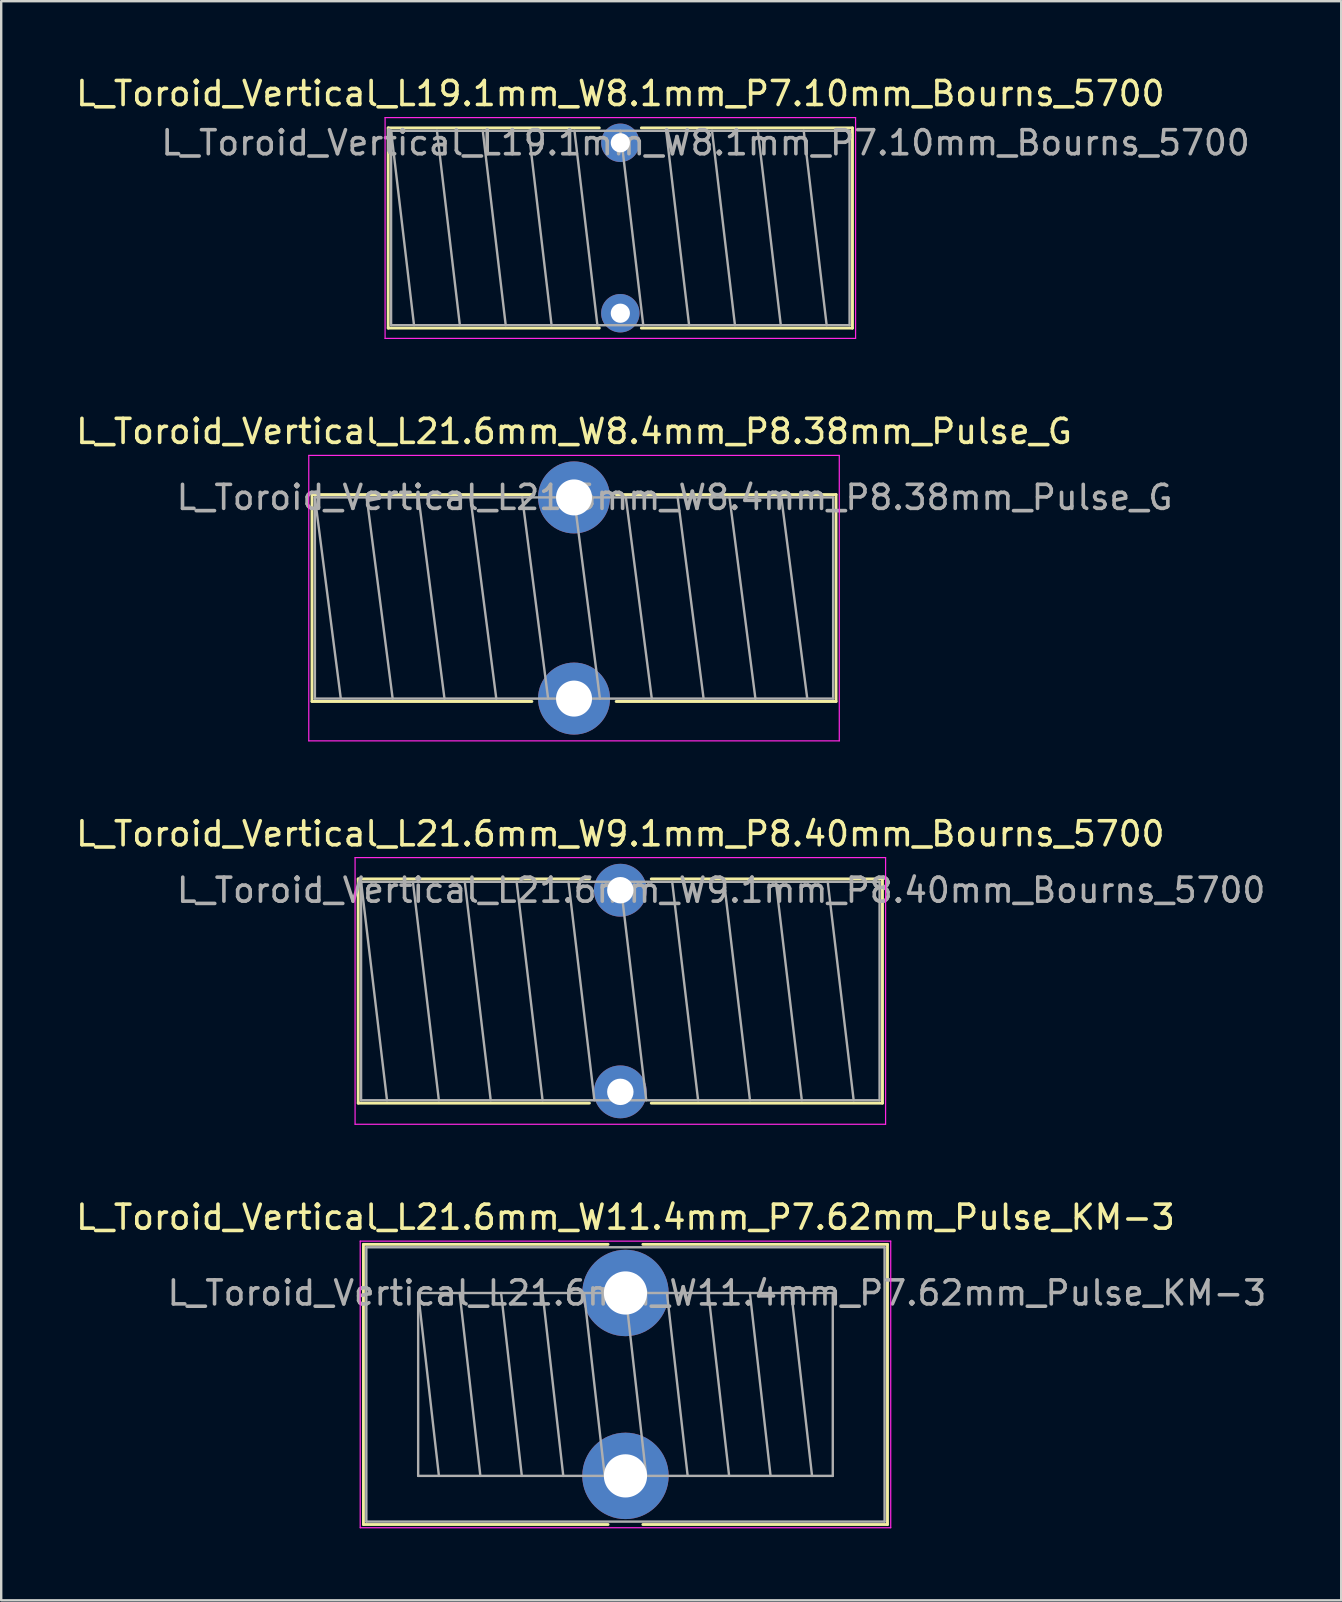
<source format=kicad_pcb>
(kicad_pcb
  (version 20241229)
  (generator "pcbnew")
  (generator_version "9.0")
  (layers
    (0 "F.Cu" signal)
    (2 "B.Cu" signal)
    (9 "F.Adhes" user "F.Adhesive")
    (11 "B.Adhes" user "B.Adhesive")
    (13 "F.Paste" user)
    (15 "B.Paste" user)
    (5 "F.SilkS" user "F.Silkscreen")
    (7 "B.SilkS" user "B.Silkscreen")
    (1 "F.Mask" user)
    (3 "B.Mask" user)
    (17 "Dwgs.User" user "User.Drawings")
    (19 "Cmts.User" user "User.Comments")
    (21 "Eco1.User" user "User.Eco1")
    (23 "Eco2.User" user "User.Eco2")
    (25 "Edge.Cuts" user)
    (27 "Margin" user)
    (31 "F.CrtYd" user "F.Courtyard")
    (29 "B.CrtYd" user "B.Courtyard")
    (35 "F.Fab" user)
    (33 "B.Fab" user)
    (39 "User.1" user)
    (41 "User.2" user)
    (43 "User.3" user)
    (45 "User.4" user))
  (footprint "L_Toroid_Vertical_L21.6mm_W9.1mm_P8.40mm_Bourns_5700"
    (layer "F.Cu")
    (at 22.792 34.035)
    (property "Reference" "L_Toroid_Vertical_L21.6mm_W9.1mm_P8.40mm_Bourns_5700" (at 0 -2.35 0) (layer "F.SilkS") (effects (font (size 1 1) (thickness 0.15))))
    (attr through_hole)
    (fp_line (start -10.92 -0.47) (end -10.92 8.87) (stroke (width 0.12) (type solid)) (layer "F.SilkS"))
    (fp_line (start -10.92 -0.47) (end -1.288 -0.47) (stroke (width 0.12) (type solid)) (layer "F.SilkS"))
    (fp_line (start -10.92 8.87) (end -1.288 8.87) (stroke (width 0.12) (type solid)) (layer "F.SilkS"))
    (fp_line (start 1.288 -0.47) (end 10.92 -0.47) (stroke (width 0.12) (type solid)) (layer "F.SilkS"))
    (fp_line (start 1.288 8.87) (end 10.92 8.87) (stroke (width 0.12) (type solid)) (layer "F.SilkS"))
    (fp_line (start 10.92 -0.47) (end 10.92 8.87) (stroke (width 0.12) (type solid)) (layer "F.SilkS"))
    (fp_line (start -11.05 -1.36) (end -11.05 9.75) (stroke (width 0.05) (type solid)) (layer "F.CrtYd"))
    (fp_line (start -11.05 9.75) (end 11.05 9.75) (stroke (width 0.05) (type solid)) (layer "F.CrtYd"))
    (fp_line (start 11.05 -1.36) (end -11.05 -1.36) (stroke (width 0.05) (type solid)) (layer "F.CrtYd"))
    (fp_line (start 11.05 9.75) (end 11.05 -1.36) (stroke (width 0.05) (type solid)) (layer "F.CrtYd"))
    (fp_line (start -10.8 -0.35) (end -10.8 8.75) (stroke (width 0.1) (type solid)) (layer "F.Fab"))
    (fp_line (start -10.8 -0.35) (end -9.72 8.75) (stroke (width 0.1) (type solid)) (layer "F.Fab"))
    (fp_line (start -10.8 8.75) (end 10.8 8.75) (stroke (width 0.1) (type solid)) (layer "F.Fab"))
    (fp_line (start -8.64 -0.35) (end -7.56 8.75) (stroke (width 0.1) (type solid)) (layer "F.Fab"))
    (fp_line (start -6.48 -0.35) (end -5.4 8.75) (stroke (width 0.1) (type solid)) (layer "F.Fab"))
    (fp_line (start -4.32 -0.35) (end -3.24 8.75) (stroke (width 0.1) (type solid)) (layer "F.Fab"))
    (fp_line (start -2.16 -0.35) (end -1.08 8.75) (stroke (width 0.1) (type solid)) (layer "F.Fab"))
    (fp_line (start 0 -0.35) (end 1.08 8.75) (stroke (width 0.1) (type solid)) (layer "F.Fab"))
    (fp_line (start 2.16 -0.35) (end 3.24 8.75) (stroke (width 0.1) (type solid)) (layer "F.Fab"))
    (fp_line (start 4.32 -0.35) (end 5.4 8.75) (stroke (width 0.1) (type solid)) (layer "F.Fab"))
    (fp_line (start 6.48 -0.35) (end 7.56 8.75) (stroke (width 0.1) (type solid)) (layer "F.Fab"))
    (fp_line (start 8.64 -0.35) (end 9.72 8.75) (stroke (width 0.1) (type solid)) (layer "F.Fab"))
    (fp_line (start 10.8 -0.35) (end -10.8 -0.35) (stroke (width 0.1) (type solid)) (layer "F.Fab"))
    (fp_line (start 10.8 8.75) (end 10.8 -0.35) (stroke (width 0.1) (type solid)) (layer "F.Fab"))
    (fp_text user "${REFERENCE}" (at 4.2 0 0) (layer "F.Fab") (effects (font (size 1 1) (thickness 0.15))))
    (pad "1" thru_hole circle (at 0 0) (size 2.2 2.2) (drill 1.1) (layers "*.Cu" "*.Mask"))
    (pad "2" thru_hole circle (at 0 8.4) (size 2.2 2.2) (drill 1.1) (layers "*.Cu" "*.Mask")))
  (footprint "L_Toroid_Vertical_L21.6mm_W8.4mm_P8.38mm_Pulse_G"
    (layer "F.Cu")
    (at 20.863 17.672)
    (property "Reference" "L_Toroid_Vertical_L21.6mm_W8.4mm_P8.38mm_Pulse_G" (at 0 -2.75 0) (layer "F.SilkS") (effects (font (size 1 1) (thickness 0.15))))
    (attr through_hole)
    (fp_line (start -10.915 -0.12) (end -10.915 8.5) (stroke (width 0.12) (type solid)) (layer "F.SilkS"))
    (fp_line (start -10.915 -0.12) (end -1.755 -0.12) (stroke (width 0.12) (type solid)) (layer "F.SilkS"))
    (fp_line (start -10.915 8.5) (end -1.755 8.5) (stroke (width 0.12) (type solid)) (layer "F.SilkS"))
    (fp_line (start 1.755 -0.12) (end 10.915 -0.12) (stroke (width 0.12) (type solid)) (layer "F.SilkS"))
    (fp_line (start 1.755 8.5) (end 10.915 8.5) (stroke (width 0.12) (type solid)) (layer "F.SilkS"))
    (fp_line (start 10.915 -0.12) (end 10.915 8.5) (stroke (width 0.12) (type solid)) (layer "F.SilkS"))
    (fp_line (start -11.05 -1.75) (end -11.05 10.14) (stroke (width 0.05) (type solid)) (layer "F.CrtYd"))
    (fp_line (start -11.05 10.14) (end 11.05 10.14) (stroke (width 0.05) (type solid)) (layer "F.CrtYd"))
    (fp_line (start 11.05 -1.75) (end -11.05 -1.75) (stroke (width 0.05) (type solid)) (layer "F.CrtYd"))
    (fp_line (start 11.05 10.14) (end 11.05 -1.75) (stroke (width 0.05) (type solid)) (layer "F.CrtYd"))
    (fp_line (start -10.795 0) (end -10.795 8.38) (stroke (width 0.1) (type solid)) (layer "F.Fab"))
    (fp_line (start -10.795 0) (end -9.716 8.38) (stroke (width 0.1) (type solid)) (layer "F.Fab"))
    (fp_line (start -10.795 8.38) (end 10.795 8.38) (stroke (width 0.1) (type solid)) (layer "F.Fab"))
    (fp_line (start -8.636 0) (end -7.556 8.38) (stroke (width 0.1) (type solid)) (layer "F.Fab"))
    (fp_line (start -6.477 0) (end -5.397 8.38) (stroke (width 0.1) (type solid)) (layer "F.Fab"))
    (fp_line (start -4.318 0) (end -3.239 8.38) (stroke (width 0.1) (type solid)) (layer "F.Fab"))
    (fp_line (start -2.159 0) (end -1.079 8.38) (stroke (width 0.1) (type solid)) (layer "F.Fab"))
    (fp_line (start 0 0) (end 1.079 8.38) (stroke (width 0.1) (type solid)) (layer "F.Fab"))
    (fp_line (start 2.159 0) (end 3.239 8.38) (stroke (width 0.1) (type solid)) (layer "F.Fab"))
    (fp_line (start 4.318 0) (end 5.397 8.38) (stroke (width 0.1) (type solid)) (layer "F.Fab"))
    (fp_line (start 6.477 0) (end 7.556 8.38) (stroke (width 0.1) (type solid)) (layer "F.Fab"))
    (fp_line (start 8.636 0) (end 9.716 8.38) (stroke (width 0.1) (type solid)) (layer "F.Fab"))
    (fp_line (start 10.795 0) (end -10.795 0) (stroke (width 0.1) (type solid)) (layer "F.Fab"))
    (fp_line (start 10.795 8.38) (end 10.795 0) (stroke (width 0.1) (type solid)) (layer "F.Fab"))
    (fp_text user "${REFERENCE}" (at 4.19 0 0) (layer "F.Fab") (effects (font (size 1 1) (thickness 0.15))))
    (pad "1" thru_hole circle (at 0 0) (size 3 3) (drill 1.5) (layers "*.Cu" "*.Mask"))
    (pad "2" thru_hole circle (at 0 8.38) (size 3 3) (drill 1.5) (layers "*.Cu" "*.Mask")))
  (footprint "L_Toroid_Vertical_L19.1mm_W8.1mm_P7.10mm_Bourns_5700"
    (layer "F.Cu")
    (at 22.792 2.898)
    (property "Reference" "L_Toroid_Vertical_L19.1mm_W8.1mm_P7.10mm_Bourns_5700" (at 0 -2.05 0) (layer "F.SilkS") (effects (font (size 1 1) (thickness 0.15))))
    (attr through_hole)
    (fp_line (start -9.67 -0.62) (end -9.67 7.72) (stroke (width 0.12) (type solid)) (layer "F.SilkS"))
    (fp_line (start -9.67 -0.62) (end -0.875 -0.62) (stroke (width 0.12) (type solid)) (layer "F.SilkS"))
    (fp_line (start -9.67 7.72) (end -0.875 7.72) (stroke (width 0.12) (type solid)) (layer "F.SilkS"))
    (fp_line (start 0.875 -0.62) (end 9.67 -0.62) (stroke (width 0.12) (type solid)) (layer "F.SilkS"))
    (fp_line (start 0.875 7.72) (end 9.67 7.72) (stroke (width 0.12) (type solid)) (layer "F.SilkS"))
    (fp_line (start 9.67 -0.62) (end 9.67 7.72) (stroke (width 0.12) (type solid)) (layer "F.SilkS"))
    (fp_line (start -9.8 -1.05) (end -9.8 8.15) (stroke (width 0.05) (type solid)) (layer "F.CrtYd"))
    (fp_line (start -9.8 8.15) (end 9.8 8.15) (stroke (width 0.05) (type solid)) (layer "F.CrtYd"))
    (fp_line (start 9.8 -1.05) (end -9.8 -1.05) (stroke (width 0.05) (type solid)) (layer "F.CrtYd"))
    (fp_line (start 9.8 8.15) (end 9.8 -1.05) (stroke (width 0.05) (type solid)) (layer "F.CrtYd"))
    (fp_line (start -9.55 -0.5) (end -9.55 7.6) (stroke (width 0.1) (type solid)) (layer "F.Fab"))
    (fp_line (start -9.55 -0.5) (end -8.595 7.6) (stroke (width 0.1) (type solid)) (layer "F.Fab"))
    (fp_line (start -9.55 7.6) (end 9.55 7.6) (stroke (width 0.1) (type solid)) (layer "F.Fab"))
    (fp_line (start -7.64 -0.5) (end -6.685 7.6) (stroke (width 0.1) (type solid)) (layer "F.Fab"))
    (fp_line (start -5.73 -0.5) (end -4.775 7.6) (stroke (width 0.1) (type solid)) (layer "F.Fab"))
    (fp_line (start -3.82 -0.5) (end -2.865 7.6) (stroke (width 0.1) (type solid)) (layer "F.Fab"))
    (fp_line (start -1.91 -0.5) (end -0.955 7.6) (stroke (width 0.1) (type solid)) (layer "F.Fab"))
    (fp_line (start 0 -0.5) (end 0.955 7.6) (stroke (width 0.1) (type solid)) (layer "F.Fab"))
    (fp_line (start 1.91 -0.5) (end 2.865 7.6) (stroke (width 0.1) (type solid)) (layer "F.Fab"))
    (fp_line (start 3.82 -0.5) (end 4.775 7.6) (stroke (width 0.1) (type solid)) (layer "F.Fab"))
    (fp_line (start 5.73 -0.5) (end 6.685 7.6) (stroke (width 0.1) (type solid)) (layer "F.Fab"))
    (fp_line (start 7.64 -0.5) (end 8.595 7.6) (stroke (width 0.1) (type solid)) (layer "F.Fab"))
    (fp_line (start 9.55 -0.5) (end -9.55 -0.5) (stroke (width 0.1) (type solid)) (layer "F.Fab"))
    (fp_line (start 9.55 7.6) (end 9.55 -0.5) (stroke (width 0.1) (type solid)) (layer "F.Fab"))
    (fp_text user "${REFERENCE}" (at 3.55 0 0) (layer "F.Fab") (effects (font (size 1 1) (thickness 0.15))))
    (pad "1" thru_hole circle (at 0 0) (size 1.6 1.6) (drill 0.8) (layers "*.Cu" "*.Mask"))
    (pad "2" thru_hole circle (at 0 7.1) (size 1.6 1.6) (drill 0.8) (layers "*.Cu" "*.Mask")))
  (footprint "L_Toroid_Vertical_L21.6mm_W11.4mm_P7.62mm_Pulse_KM-3"
    (layer "F.Cu")
    (at 23.006 50.813)
    (property "Reference" "L_Toroid_Vertical_L21.6mm_W11.4mm_P7.62mm_Pulse_KM-3" (at 0 -3.155 0) (layer "F.SilkS") (effects (font (size 1 1) (thickness 0.15))))
    (attr through_hole)
    (fp_line (start -10.915 -2.025) (end -10.915 9.645) (stroke (width 0.12) (type solid)) (layer "F.SilkS"))
    (fp_line (start -10.915 -2.025) (end -0.725 -2.025) (stroke (width 0.12) (type solid)) (layer "F.SilkS"))
    (fp_line (start -10.915 9.645) (end -0.725 9.645) (stroke (width 0.12) (type solid)) (layer "F.SilkS"))
    (fp_line (start 0.725 -2.025) (end 10.915 -2.025) (stroke (width 0.12) (type solid)) (layer "F.SilkS"))
    (fp_line (start 0.725 9.645) (end 10.915 9.645) (stroke (width 0.12) (type solid)) (layer "F.SilkS"))
    (fp_line (start 10.915 -2.025) (end 10.915 9.645) (stroke (width 0.12) (type solid)) (layer "F.SilkS"))
    (fp_line (start -11.05 -2.16) (end -11.05 9.78) (stroke (width 0.05) (type solid)) (layer "F.CrtYd"))
    (fp_line (start -11.05 9.78) (end 11.05 9.78) (stroke (width 0.05) (type solid)) (layer "F.CrtYd"))
    (fp_line (start 11.05 -2.16) (end -11.05 -2.16) (stroke (width 0.05) (type solid)) (layer "F.CrtYd"))
    (fp_line (start 11.05 9.78) (end 11.05 -2.16) (stroke (width 0.05) (type solid)) (layer "F.CrtYd"))
    (fp_line (start -10.795 -1.905) (end -10.795 9.525) (stroke (width 0.1) (type solid)) (layer "F.Fab"))
    (fp_line (start -10.795 9.525) (end 10.795 9.525) (stroke (width 0.1) (type solid)) (layer "F.Fab"))
    (fp_line (start -8.636 0) (end -8.636 7.62) (stroke (width 0.1) (type solid)) (layer "F.Fab"))
    (fp_line (start -8.636 0) (end -7.772 7.62) (stroke (width 0.1) (type solid)) (layer "F.Fab"))
    (fp_line (start -8.636 7.62) (end 8.636 7.62) (stroke (width 0.1) (type solid)) (layer "F.Fab"))
    (fp_line (start -6.909 0) (end -6.045 7.62) (stroke (width 0.1) (type solid)) (layer "F.Fab"))
    (fp_line (start -5.182 0) (end -4.318 7.62) (stroke (width 0.1) (type solid)) (layer "F.Fab"))
    (fp_line (start -3.454 0) (end -2.591 7.62) (stroke (width 0.1) (type solid)) (layer "F.Fab"))
    (fp_line (start -1.727 0) (end -0.864 7.62) (stroke (width 0.1) (type solid)) (layer "F.Fab"))
    (fp_line (start 0 0) (end 0.864 7.62) (stroke (width 0.1) (type solid)) (layer "F.Fab"))
    (fp_line (start 1.727 0) (end 2.591 7.62) (stroke (width 0.1) (type solid)) (layer "F.Fab"))
    (fp_line (start 3.454 0) (end 4.318 7.62) (stroke (width 0.1) (type solid)) (layer "F.Fab"))
    (fp_line (start 5.182 0) (end 6.045 7.62) (stroke (width 0.1) (type solid)) (layer "F.Fab"))
    (fp_line (start 6.909 0) (end 7.772 7.62) (stroke (width 0.1) (type solid)) (layer "F.Fab"))
    (fp_line (start 8.636 0) (end -8.636 0) (stroke (width 0.1) (type solid)) (layer "F.Fab"))
    (fp_line (start 8.636 7.62) (end 8.636 0) (stroke (width 0.1) (type solid)) (layer "F.Fab"))
    (fp_line (start 10.795 -1.905) (end -10.795 -1.905) (stroke (width 0.1) (type solid)) (layer "F.Fab"))
    (fp_line (start 10.795 9.525) (end 10.795 -1.905) (stroke (width 0.1) (type solid)) (layer "F.Fab"))
    (fp_text user "${REFERENCE}" (at 3.81 0 0) (layer "F.Fab") (effects (font (size 1 1) (thickness 0.15))))
    (pad "1" thru_hole circle (at 0 0) (size 3.6 3.6) (drill 1.8) (layers "*.Cu" "*.Mask"))
    (pad "2" thru_hole circle (at 0 7.62) (size 3.6 3.6) (drill 1.8) (layers "*.Cu" "*.Mask")))
  (gr_rect
    (start -3 -3)
    (end 52.822 63.618)
    (stroke (width 0.1) (type default))
    (fill no)
    (layer "Edge.Cuts")))
</source>
